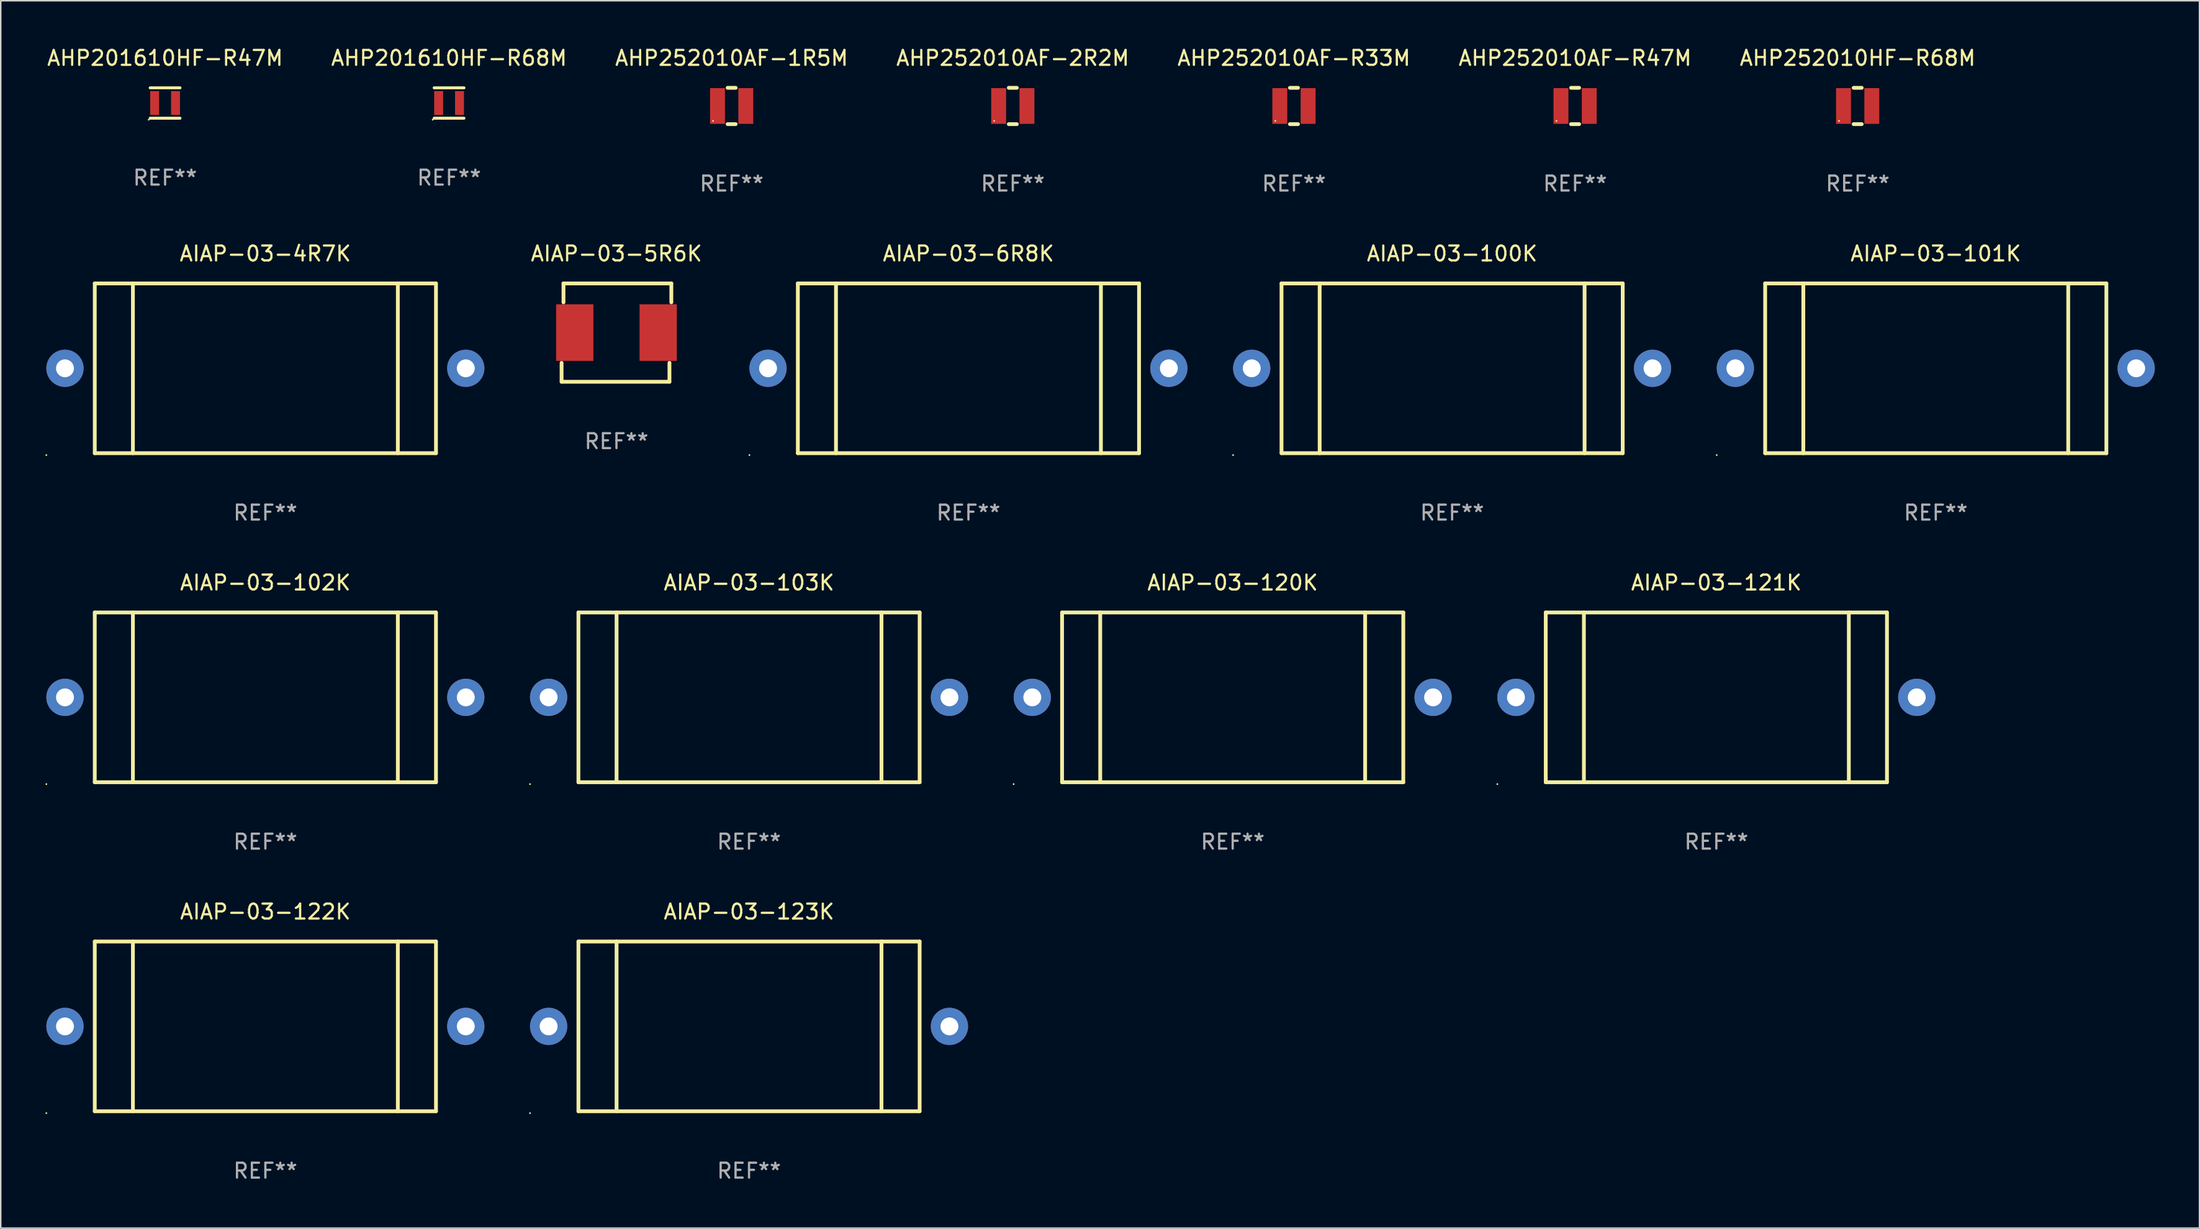
<source format=kicad_pcb>
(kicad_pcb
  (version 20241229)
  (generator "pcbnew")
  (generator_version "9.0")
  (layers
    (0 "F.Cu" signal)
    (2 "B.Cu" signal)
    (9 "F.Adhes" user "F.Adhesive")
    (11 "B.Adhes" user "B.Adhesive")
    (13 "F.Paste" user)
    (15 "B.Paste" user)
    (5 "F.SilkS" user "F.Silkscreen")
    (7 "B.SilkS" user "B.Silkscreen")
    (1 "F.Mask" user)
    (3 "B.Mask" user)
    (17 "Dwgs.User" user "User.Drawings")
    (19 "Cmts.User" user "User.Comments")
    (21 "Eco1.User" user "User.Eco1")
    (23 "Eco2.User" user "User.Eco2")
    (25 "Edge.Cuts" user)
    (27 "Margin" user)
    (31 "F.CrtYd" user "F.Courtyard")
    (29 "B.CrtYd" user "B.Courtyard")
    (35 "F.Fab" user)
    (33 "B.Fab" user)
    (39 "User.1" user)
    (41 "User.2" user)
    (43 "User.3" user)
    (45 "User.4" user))
  (footprint "AHP252010HF-R68M"
    (layer "F.Cu")
    (at 121.625 4.067)
    (property "Reference" "AHP252010HF-R68M" (at 0 -3.219 0) (layer "F.SilkS") (effects (font (size 1 1) (thickness 0.15))))
    (attr through_hole)
    (fp_line (start -0.27 1.219) (end 0.269 1.219) (stroke (width 0.254) (type solid)) (layer "F.SilkS"))
    (fp_line (start -0.269 -1.219) (end 0.27 -1.219) (stroke (width 0.254) (type solid)) (layer "F.SilkS"))
    (fp_circle (center -1.25 1) (end -1.22 1) (stroke (width 0.06) (type solid)) (fill no) (layer "F.SilkS"))
    (fp_text user "REF**" (at 0 5.219 0) (layer "F.Fab") (effects (font (size 1 1) (thickness 0.15))))
    (pad "1" smd rect (at -0.95 0) (size 1 2.4) (layers "F.Cu" "F.Mask" "F.Paste"))
    (pad "2" smd rect (at 0.95 0) (size 1 2.4) (layers "F.Cu" "F.Mask" "F.Paste")))
  (footprint "AIAP-03-100K"
    (layer "F.Cu")
    (at 94.407 21.683)
    (property "Reference" "AIAP-03-100K" (at 0 -7.7 0) (layer "F.SilkS") (effects (font (size 1 1) (thickness 0.15))))
    (attr through_hole)
    (fp_line (start -11.45 -5.7) (end 11.45 -5.7) (stroke (width 0.254) (type solid)) (layer "F.SilkS"))
    (fp_line (start -11.45 5.7) (end -11.45 -5.7) (stroke (width 0.254) (type solid)) (layer "F.SilkS"))
    (fp_line (start -8.89 5.7) (end -8.89 -5.7) (stroke (width 0.254) (type solid)) (layer "F.SilkS"))
    (fp_line (start 8.89 5.7) (end 8.89 -5.7) (stroke (width 0.254) (type solid)) (layer "F.SilkS"))
    (fp_line (start 11.45 -5.7) (end 11.45 5.7) (stroke (width 0.254) (type solid)) (layer "F.SilkS"))
    (fp_line (start 11.45 5.7) (end -11.45 5.7) (stroke (width 0.254) (type solid)) (layer "F.SilkS"))
    (fp_circle (center -14.7 5.827) (end -14.67 5.827) (stroke (width 0.06) (type solid)) (fill no) (layer "F.SilkS"))
    (fp_text user "REF**" (at 0 9.7 0) (layer "F.Fab") (effects (font (size 1 1) (thickness 0.15))))
    (pad "1" thru_hole circle (at -13.45 0) (size 2.5 2.5) (drill 1.2) (layers "*.Cu" "*.Mask"))
    (pad "2" thru_hole circle (at 13.45 0) (size 2.5 2.5) (drill 1.2) (layers "*.Cu" "*.Mask")))
  (footprint "AIAP-03-4R7K"
    (layer "F.Cu")
    (at 14.76 21.683)
    (property "Reference" "AIAP-03-4R7K" (at 0 -7.7 0) (layer "F.SilkS") (effects (font (size 1 1) (thickness 0.15))))
    (attr through_hole)
    (fp_line (start -11.45 -5.7) (end 11.45 -5.7) (stroke (width 0.254) (type solid)) (layer "F.SilkS"))
    (fp_line (start -11.45 5.7) (end -11.45 -5.7) (stroke (width 0.254) (type solid)) (layer "F.SilkS"))
    (fp_line (start -8.89 5.7) (end -8.89 -5.7) (stroke (width 0.254) (type solid)) (layer "F.SilkS"))
    (fp_line (start 8.89 5.7) (end 8.89 -5.7) (stroke (width 0.254) (type solid)) (layer "F.SilkS"))
    (fp_line (start 11.45 -5.7) (end 11.45 5.7) (stroke (width 0.254) (type solid)) (layer "F.SilkS"))
    (fp_line (start 11.45 5.7) (end -11.45 5.7) (stroke (width 0.254) (type solid)) (layer "F.SilkS"))
    (fp_circle (center -14.7 5.827) (end -14.67 5.827) (stroke (width 0.06) (type solid)) (fill no) (layer "F.SilkS"))
    (fp_text user "REF**" (at 0 9.7 0) (layer "F.Fab") (effects (font (size 1 1) (thickness 0.15))))
    (pad "1" thru_hole circle (at -13.45 0) (size 2.5 2.5) (drill 1.2) (layers "*.Cu" "*.Mask"))
    (pad "2" thru_hole circle (at 13.45 0) (size 2.5 2.5) (drill 1.2) (layers "*.Cu" "*.Mask")))
  (footprint "AIAP-03-5R6K"
    (layer "F.Cu")
    (at 38.323 19.285)
    (property "Reference" "AIAP-03-5R6K" (at 0 -5.302 0) (layer "F.SilkS") (effects (font (size 1 1) (thickness 0.15))))
    (attr through_hole)
    (fp_line (start -3.683 3.302) (end -3.683 2.032) (stroke (width 0.254) (type solid)) (layer "F.SilkS"))
    (fp_line (start -3.556 -3.302) (end 3.683 -3.302) (stroke (width 0.254) (type solid)) (layer "F.SilkS"))
    (fp_line (start -3.556 -2.032) (end -3.556 -3.302) (stroke (width 0.254) (type solid)) (layer "F.SilkS"))
    (fp_line (start 3.556 2.032) (end 3.556 3.302) (stroke (width 0.254) (type solid)) (layer "F.SilkS"))
    (fp_line (start 3.556 3.302) (end -3.683 3.302) (stroke (width 0.254) (type solid)) (layer "F.SilkS"))
    (fp_line (start 3.683 -3.302) (end 3.683 -2.032) (stroke (width 0.254) (type solid)) (layer "F.SilkS"))
    (fp_circle (center -3.55 3.3) (end -3.52 3.3) (stroke (width 0.06) (type solid)) (fill no) (layer "F.SilkS"))
    (fp_text user "REF**" (at 0 7.302 0) (layer "F.Fab") (effects (font (size 1 1) (thickness 0.15))))
    (pad "1" smd rect (at -2.8 0) (size 2.5 3.8) (layers "F.Cu" "F.Mask" "F.Paste"))
    (pad "2" smd rect (at 2.8 0) (size 2.5 3.8) (layers "F.Cu" "F.Mask" "F.Paste")))
  (footprint "AIAP-03-103K"
    (layer "F.Cu")
    (at 47.22 43.78)
    (property "Reference" "AIAP-03-103K" (at 0 -7.7 0) (layer "F.SilkS") (effects (font (size 1 1) (thickness 0.15))))
    (attr through_hole)
    (fp_line (start -11.45 -5.7) (end 11.45 -5.7) (stroke (width 0.254) (type solid)) (layer "F.SilkS"))
    (fp_line (start -11.45 5.7) (end -11.45 -5.7) (stroke (width 0.254) (type solid)) (layer "F.SilkS"))
    (fp_line (start -8.89 5.7) (end -8.89 -5.7) (stroke (width 0.254) (type solid)) (layer "F.SilkS"))
    (fp_line (start 8.89 5.7) (end 8.89 -5.7) (stroke (width 0.254) (type solid)) (layer "F.SilkS"))
    (fp_line (start 11.45 -5.7) (end 11.45 5.7) (stroke (width 0.254) (type solid)) (layer "F.SilkS"))
    (fp_line (start 11.45 5.7) (end -11.45 5.7) (stroke (width 0.254) (type solid)) (layer "F.SilkS"))
    (fp_circle (center -14.7 5.827) (end -14.67 5.827) (stroke (width 0.06) (type solid)) (fill no) (layer "F.SilkS"))
    (fp_text user "REF**" (at 0 9.7 0) (layer "F.Fab") (effects (font (size 1 1) (thickness 0.15))))
    (pad "1" thru_hole circle (at -13.45 0) (size 2.5 2.5) (drill 1.2) (layers "*.Cu" "*.Mask"))
    (pad "2" thru_hole circle (at 13.45 0) (size 2.5 2.5) (drill 1.2) (layers "*.Cu" "*.Mask")))
  (footprint "AHP252010AF-2R2M"
    (layer "F.Cu")
    (at 64.923 4.067)
    (property "Reference" "AHP252010AF-2R2M" (at 0 -3.219 0) (layer "F.SilkS") (effects (font (size 1 1) (thickness 0.15))))
    (attr through_hole)
    (fp_line (start -0.27 1.219) (end 0.269 1.219) (stroke (width 0.254) (type solid)) (layer "F.SilkS"))
    (fp_line (start -0.269 -1.219) (end 0.27 -1.219) (stroke (width 0.254) (type solid)) (layer "F.SilkS"))
    (fp_circle (center -1.25 1) (end -1.22 1) (stroke (width 0.06) (type solid)) (fill no) (layer "F.SilkS"))
    (fp_text user "REF**" (at 0 5.219 0) (layer "F.Fab") (effects (font (size 1 1) (thickness 0.15))))
    (pad "1" smd rect (at -0.95 0) (size 1 2.4) (layers "F.Cu" "F.Mask" "F.Paste"))
    (pad "2" smd rect (at 0.95 0) (size 1 2.4) (layers "F.Cu" "F.Mask" "F.Paste")))
  (footprint "AIAP-03-121K"
    (layer "F.Cu")
    (at 112.141 43.78)
    (property "Reference" "AIAP-03-121K" (at 0 -7.7 0) (layer "F.SilkS") (effects (font (size 1 1) (thickness 0.15))))
    (attr through_hole)
    (fp_line (start -11.45 -5.7) (end 11.45 -5.7) (stroke (width 0.254) (type solid)) (layer "F.SilkS"))
    (fp_line (start -11.45 5.7) (end -11.45 -5.7) (stroke (width 0.254) (type solid)) (layer "F.SilkS"))
    (fp_line (start -8.89 5.7) (end -8.89 -5.7) (stroke (width 0.254) (type solid)) (layer "F.SilkS"))
    (fp_line (start 8.89 5.7) (end 8.89 -5.7) (stroke (width 0.254) (type solid)) (layer "F.SilkS"))
    (fp_line (start 11.45 -5.7) (end 11.45 5.7) (stroke (width 0.254) (type solid)) (layer "F.SilkS"))
    (fp_line (start 11.45 5.7) (end -11.45 5.7) (stroke (width 0.254) (type solid)) (layer "F.SilkS"))
    (fp_circle (center -14.7 5.827) (end -14.67 5.827) (stroke (width 0.06) (type solid)) (fill no) (layer "F.SilkS"))
    (fp_text user "REF**" (at 0 9.7 0) (layer "F.Fab") (effects (font (size 1 1) (thickness 0.15))))
    (pad "1" thru_hole circle (at -13.45 0) (size 2.5 2.5) (drill 1.2) (layers "*.Cu" "*.Mask"))
    (pad "2" thru_hole circle (at 13.45 0) (size 2.5 2.5) (drill 1.2) (layers "*.Cu" "*.Mask")))
  (footprint "AHP201610HF-R47M"
    (layer "F.Cu")
    (at 8.03 3.868)
    (property "Reference" "AHP201610HF-R47M" (at 0 -3.02 0) (layer "F.SilkS") (effects (font (size 1 1) (thickness 0.15))))
    (attr through_hole)
    (fp_line (start -1 -1.02) (end 1 -1.02) (stroke (width 0.2) (type solid)) (layer "F.SilkS"))
    (fp_line (start -1 1.02) (end 1 1.02) (stroke (width 0.2) (type solid)) (layer "F.SilkS"))
    (fp_circle (center -1.1 1.12) (end -1.07 1.12) (stroke (width 0.06) (type solid)) (fill no) (layer "F.SilkS"))
    (fp_text user "REF**" (at 0 5.02 0) (layer "F.Fab") (effects (font (size 1 1) (thickness 0.15))))
    (pad "1" smd rect (at -0.7 0) (size 0.6 1.6) (layers "F.Cu" "F.Mask" "F.Paste"))
    (pad "2" smd rect (at 0.7 0) (size 0.6 1.6) (layers "F.Cu" "F.Mask" "F.Paste")))
  (footprint "AIAP-03-102K"
    (layer "F.Cu")
    (at 14.76 43.78)
    (property "Reference" "AIAP-03-102K" (at 0 -7.7 0) (layer "F.SilkS") (effects (font (size 1 1) (thickness 0.15))))
    (attr through_hole)
    (fp_line (start -11.45 -5.7) (end 11.45 -5.7) (stroke (width 0.254) (type solid)) (layer "F.SilkS"))
    (fp_line (start -11.45 5.7) (end -11.45 -5.7) (stroke (width 0.254) (type solid)) (layer "F.SilkS"))
    (fp_line (start -8.89 5.7) (end -8.89 -5.7) (stroke (width 0.254) (type solid)) (layer "F.SilkS"))
    (fp_line (start 8.89 5.7) (end 8.89 -5.7) (stroke (width 0.254) (type solid)) (layer "F.SilkS"))
    (fp_line (start 11.45 -5.7) (end 11.45 5.7) (stroke (width 0.254) (type solid)) (layer "F.SilkS"))
    (fp_line (start 11.45 5.7) (end -11.45 5.7) (stroke (width 0.254) (type solid)) (layer "F.SilkS"))
    (fp_circle (center -14.7 5.827) (end -14.67 5.827) (stroke (width 0.06) (type solid)) (fill no) (layer "F.SilkS"))
    (fp_text user "REF**" (at 0 9.7 0) (layer "F.Fab") (effects (font (size 1 1) (thickness 0.15))))
    (pad "1" thru_hole circle (at -13.45 0) (size 2.5 2.5) (drill 1.2) (layers "*.Cu" "*.Mask"))
    (pad "2" thru_hole circle (at 13.45 0) (size 2.5 2.5) (drill 1.2) (layers "*.Cu" "*.Mask")))
  (footprint "AHP252010AF-1R5M"
    (layer "F.Cu")
    (at 46.054 4.067)
    (property "Reference" "AHP252010AF-1R5M" (at 0 -3.219 0) (layer "F.SilkS") (effects (font (size 1 1) (thickness 0.15))))
    (attr through_hole)
    (fp_line (start -0.27 1.219) (end 0.269 1.219) (stroke (width 0.254) (type solid)) (layer "F.SilkS"))
    (fp_line (start -0.269 -1.219) (end 0.27 -1.219) (stroke (width 0.254) (type solid)) (layer "F.SilkS"))
    (fp_circle (center -1.25 1) (end -1.22 1) (stroke (width 0.06) (type solid)) (fill no) (layer "F.SilkS"))
    (fp_text user "REF**" (at 0 5.219 0) (layer "F.Fab") (effects (font (size 1 1) (thickness 0.15))))
    (pad "1" smd rect (at -0.95 0) (size 1 2.4) (layers "F.Cu" "F.Mask" "F.Paste"))
    (pad "2" smd rect (at 0.95 0) (size 1 2.4) (layers "F.Cu" "F.Mask" "F.Paste")))
  (footprint "AHP201610HF-R68M"
    (layer "F.Cu")
    (at 27.089 3.868)
    (property "Reference" "AHP201610HF-R68M" (at 0 -3.02 0) (layer "F.SilkS") (effects (font (size 1 1) (thickness 0.15))))
    (attr through_hole)
    (fp_line (start -1 -1.02) (end 1 -1.02) (stroke (width 0.2) (type solid)) (layer "F.SilkS"))
    (fp_line (start -1 1.02) (end 1 1.02) (stroke (width 0.2) (type solid)) (layer "F.SilkS"))
    (fp_circle (center -1.1 1.12) (end -1.07 1.12) (stroke (width 0.06) (type solid)) (fill no) (layer "F.SilkS"))
    (fp_text user "REF**" (at 0 5.02 0) (layer "F.Fab") (effects (font (size 1 1) (thickness 0.15))))
    (pad "1" smd rect (at -0.7 0) (size 0.6 1.6) (layers "F.Cu" "F.Mask" "F.Paste"))
    (pad "2" smd rect (at 0.7 0) (size 0.6 1.6) (layers "F.Cu" "F.Mask" "F.Paste")))
  (footprint "AIAP-03-6R8K"
    (layer "F.Cu")
    (at 61.946 21.683)
    (property "Reference" "AIAP-03-6R8K" (at 0 -7.7 0) (layer "F.SilkS") (effects (font (size 1 1) (thickness 0.15))))
    (attr through_hole)
    (fp_line (start -11.45 -5.7) (end 11.45 -5.7) (stroke (width 0.254) (type solid)) (layer "F.SilkS"))
    (fp_line (start -11.45 5.7) (end -11.45 -5.7) (stroke (width 0.254) (type solid)) (layer "F.SilkS"))
    (fp_line (start -8.89 5.7) (end -8.89 -5.7) (stroke (width 0.254) (type solid)) (layer "F.SilkS"))
    (fp_line (start 8.89 5.7) (end 8.89 -5.7) (stroke (width 0.254) (type solid)) (layer "F.SilkS"))
    (fp_line (start 11.45 -5.7) (end 11.45 5.7) (stroke (width 0.254) (type solid)) (layer "F.SilkS"))
    (fp_line (start 11.45 5.7) (end -11.45 5.7) (stroke (width 0.254) (type solid)) (layer "F.SilkS"))
    (fp_circle (center -14.7 5.827) (end -14.67 5.827) (stroke (width 0.06) (type solid)) (fill no) (layer "F.SilkS"))
    (fp_text user "REF**" (at 0 9.7 0) (layer "F.Fab") (effects (font (size 1 1) (thickness 0.15))))
    (pad "1" thru_hole circle (at -13.45 0) (size 2.5 2.5) (drill 1.2) (layers "*.Cu" "*.Mask"))
    (pad "2" thru_hole circle (at 13.45 0) (size 2.5 2.5) (drill 1.2) (layers "*.Cu" "*.Mask")))
  (footprint "AHP252010AF-R33M"
    (layer "F.Cu")
    (at 83.792 4.067)
    (property "Reference" "AHP252010AF-R33M" (at 0 -3.219 0) (layer "F.SilkS") (effects (font (size 1 1) (thickness 0.15))))
    (attr through_hole)
    (fp_line (start -0.27 1.219) (end 0.269 1.219) (stroke (width 0.254) (type solid)) (layer "F.SilkS"))
    (fp_line (start -0.269 -1.219) (end 0.27 -1.219) (stroke (width 0.254) (type solid)) (layer "F.SilkS"))
    (fp_circle (center -1.25 1) (end -1.22 1) (stroke (width 0.06) (type solid)) (fill no) (layer "F.SilkS"))
    (fp_text user "REF**" (at 0 5.219 0) (layer "F.Fab") (effects (font (size 1 1) (thickness 0.15))))
    (pad "1" smd rect (at -0.95 0) (size 1 2.4) (layers "F.Cu" "F.Mask" "F.Paste"))
    (pad "2" smd rect (at 0.95 0) (size 1 2.4) (layers "F.Cu" "F.Mask" "F.Paste")))
  (footprint "AIAP-03-122K"
    (layer "F.Cu")
    (at 14.76 65.876)
    (property "Reference" "AIAP-03-122K" (at 0 -7.7 0) (layer "F.SilkS") (effects (font (size 1 1) (thickness 0.15))))
    (attr through_hole)
    (fp_line (start -11.45 -5.7) (end 11.45 -5.7) (stroke (width 0.254) (type solid)) (layer "F.SilkS"))
    (fp_line (start -11.45 5.7) (end -11.45 -5.7) (stroke (width 0.254) (type solid)) (layer "F.SilkS"))
    (fp_line (start -8.89 5.7) (end -8.89 -5.7) (stroke (width 0.254) (type solid)) (layer "F.SilkS"))
    (fp_line (start 8.89 5.7) (end 8.89 -5.7) (stroke (width 0.254) (type solid)) (layer "F.SilkS"))
    (fp_line (start 11.45 -5.7) (end 11.45 5.7) (stroke (width 0.254) (type solid)) (layer "F.SilkS"))
    (fp_line (start 11.45 5.7) (end -11.45 5.7) (stroke (width 0.254) (type solid)) (layer "F.SilkS"))
    (fp_circle (center -14.7 5.827) (end -14.67 5.827) (stroke (width 0.06) (type solid)) (fill no) (layer "F.SilkS"))
    (fp_text user "REF**" (at 0 9.7 0) (layer "F.Fab") (effects (font (size 1 1) (thickness 0.15))))
    (pad "1" thru_hole circle (at -13.45 0) (size 2.5 2.5) (drill 1.2) (layers "*.Cu" "*.Mask"))
    (pad "2" thru_hole circle (at 13.45 0) (size 2.5 2.5) (drill 1.2) (layers "*.Cu" "*.Mask")))
  (footprint "AIAP-03-120K"
    (layer "F.Cu")
    (at 79.68 43.78)
    (property "Reference" "AIAP-03-120K" (at 0 -7.7 0) (layer "F.SilkS") (effects (font (size 1 1) (thickness 0.15))))
    (attr through_hole)
    (fp_line (start -11.45 -5.7) (end 11.45 -5.7) (stroke (width 0.254) (type solid)) (layer "F.SilkS"))
    (fp_line (start -11.45 5.7) (end -11.45 -5.7) (stroke (width 0.254) (type solid)) (layer "F.SilkS"))
    (fp_line (start -8.89 5.7) (end -8.89 -5.7) (stroke (width 0.254) (type solid)) (layer "F.SilkS"))
    (fp_line (start 8.89 5.7) (end 8.89 -5.7) (stroke (width 0.254) (type solid)) (layer "F.SilkS"))
    (fp_line (start 11.45 -5.7) (end 11.45 5.7) (stroke (width 0.254) (type solid)) (layer "F.SilkS"))
    (fp_line (start 11.45 5.7) (end -11.45 5.7) (stroke (width 0.254) (type solid)) (layer "F.SilkS"))
    (fp_circle (center -14.7 5.827) (end -14.67 5.827) (stroke (width 0.06) (type solid)) (fill no) (layer "F.SilkS"))
    (fp_text user "REF**" (at 0 9.7 0) (layer "F.Fab") (effects (font (size 1 1) (thickness 0.15))))
    (pad "1" thru_hole circle (at -13.45 0) (size 2.5 2.5) (drill 1.2) (layers "*.Cu" "*.Mask"))
    (pad "2" thru_hole circle (at 13.45 0) (size 2.5 2.5) (drill 1.2) (layers "*.Cu" "*.Mask")))
  (footprint "AIAP-03-123K"
    (layer "F.Cu")
    (at 47.22 65.876)
    (property "Reference" "AIAP-03-123K" (at 0 -7.7 0) (layer "F.SilkS") (effects (font (size 1 1) (thickness 0.15))))
    (attr through_hole)
    (fp_line (start -11.45 -5.7) (end 11.45 -5.7) (stroke (width 0.254) (type solid)) (layer "F.SilkS"))
    (fp_line (start -11.45 5.7) (end -11.45 -5.7) (stroke (width 0.254) (type solid)) (layer "F.SilkS"))
    (fp_line (start -8.89 5.7) (end -8.89 -5.7) (stroke (width 0.254) (type solid)) (layer "F.SilkS"))
    (fp_line (start 8.89 5.7) (end 8.89 -5.7) (stroke (width 0.254) (type solid)) (layer "F.SilkS"))
    (fp_line (start 11.45 -5.7) (end 11.45 5.7) (stroke (width 0.254) (type solid)) (layer "F.SilkS"))
    (fp_line (start 11.45 5.7) (end -11.45 5.7) (stroke (width 0.254) (type solid)) (layer "F.SilkS"))
    (fp_circle (center -14.7 5.827) (end -14.67 5.827) (stroke (width 0.06) (type solid)) (fill no) (layer "F.SilkS"))
    (fp_text user "REF**" (at 0 9.7 0) (layer "F.Fab") (effects (font (size 1 1) (thickness 0.15))))
    (pad "1" thru_hole circle (at -13.45 0) (size 2.5 2.5) (drill 1.2) (layers "*.Cu" "*.Mask"))
    (pad "2" thru_hole circle (at 13.45 0) (size 2.5 2.5) (drill 1.2) (layers "*.Cu" "*.Mask")))
  (footprint "AHP252010AF-R47M"
    (layer "F.Cu")
    (at 102.661 4.067)
    (property "Reference" "AHP252010AF-R47M" (at 0 -3.219 0) (layer "F.SilkS") (effects (font (size 1 1) (thickness 0.15))))
    (attr through_hole)
    (fp_line (start -0.27 1.219) (end 0.269 1.219) (stroke (width 0.254) (type solid)) (layer "F.SilkS"))
    (fp_line (start -0.269 -1.219) (end 0.27 -1.219) (stroke (width 0.254) (type solid)) (layer "F.SilkS"))
    (fp_circle (center -1.25 1) (end -1.22 1) (stroke (width 0.06) (type solid)) (fill no) (layer "F.SilkS"))
    (fp_text user "REF**" (at 0 5.219 0) (layer "F.Fab") (effects (font (size 1 1) (thickness 0.15))))
    (pad "1" smd rect (at -0.95 0) (size 1 2.4) (layers "F.Cu" "F.Mask" "F.Paste"))
    (pad "2" smd rect (at 0.95 0) (size 1 2.4) (layers "F.Cu" "F.Mask" "F.Paste")))
  (footprint "AIAP-03-101K"
    (layer "F.Cu")
    (at 126.867 21.683)
    (property "Reference" "AIAP-03-101K" (at 0 -7.7 0) (layer "F.SilkS") (effects (font (size 1 1) (thickness 0.15))))
    (attr through_hole)
    (fp_line (start -11.45 -5.7) (end 11.45 -5.7) (stroke (width 0.254) (type solid)) (layer "F.SilkS"))
    (fp_line (start -11.45 5.7) (end -11.45 -5.7) (stroke (width 0.254) (type solid)) (layer "F.SilkS"))
    (fp_line (start -8.89 5.7) (end -8.89 -5.7) (stroke (width 0.254) (type solid)) (layer "F.SilkS"))
    (fp_line (start 8.89 5.7) (end 8.89 -5.7) (stroke (width 0.254) (type solid)) (layer "F.SilkS"))
    (fp_line (start 11.45 -5.7) (end 11.45 5.7) (stroke (width 0.254) (type solid)) (layer "F.SilkS"))
    (fp_line (start 11.45 5.7) (end -11.45 5.7) (stroke (width 0.254) (type solid)) (layer "F.SilkS"))
    (fp_circle (center -14.7 5.827) (end -14.67 5.827) (stroke (width 0.06) (type solid)) (fill no) (layer "F.SilkS"))
    (fp_text user "REF**" (at 0 9.7 0) (layer "F.Fab") (effects (font (size 1 1) (thickness 0.15))))
    (pad "1" thru_hole circle (at -13.45 0) (size 2.5 2.5) (drill 1.2) (layers "*.Cu" "*.Mask"))
    (pad "2" thru_hole circle (at 13.45 0) (size 2.5 2.5) (drill 1.2) (layers "*.Cu" "*.Mask")))
  (gr_rect
    (start -3 -3)
    (end 144.567 79.424)
    (stroke (width 0.1) (type default))
    (fill no)
    (layer "Edge.Cuts")))
</source>
